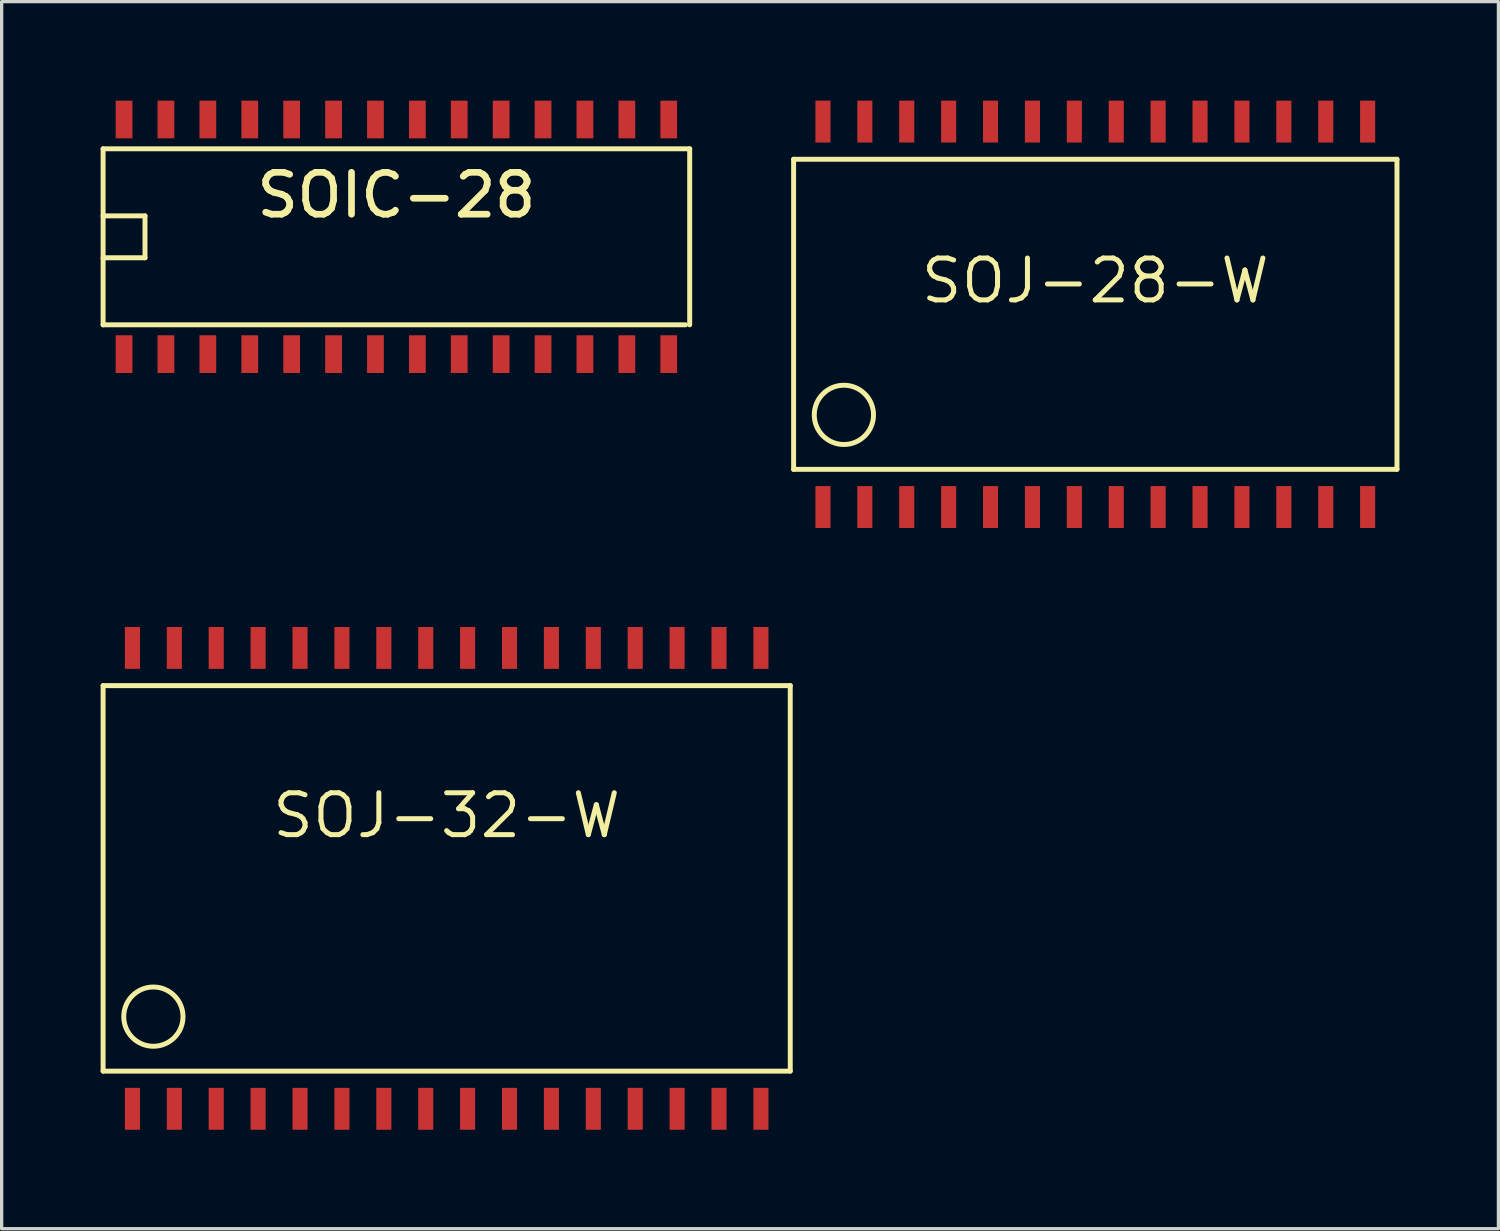
<source format=kicad_pcb>
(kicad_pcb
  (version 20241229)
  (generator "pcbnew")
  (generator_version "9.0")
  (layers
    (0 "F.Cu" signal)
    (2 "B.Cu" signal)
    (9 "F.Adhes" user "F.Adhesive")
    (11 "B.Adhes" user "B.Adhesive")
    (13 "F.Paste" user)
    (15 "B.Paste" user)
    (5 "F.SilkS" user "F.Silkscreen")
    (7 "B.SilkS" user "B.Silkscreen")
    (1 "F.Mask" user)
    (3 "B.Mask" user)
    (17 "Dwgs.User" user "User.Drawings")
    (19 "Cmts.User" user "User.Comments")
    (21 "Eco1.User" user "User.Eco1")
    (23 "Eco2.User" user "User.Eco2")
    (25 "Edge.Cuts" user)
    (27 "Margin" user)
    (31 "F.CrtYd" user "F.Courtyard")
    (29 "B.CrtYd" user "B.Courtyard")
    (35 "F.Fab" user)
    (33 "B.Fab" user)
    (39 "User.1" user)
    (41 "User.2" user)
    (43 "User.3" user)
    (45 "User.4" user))
  (footprint "SOJ-32-W"
    (layer "F.Cu")
    (at 10.489 23.574)
    (property "Reference" "SOJ-32-W" (at 0 -1.905 0) (layer "F.SilkS") (effects (font (size 1.27 1.27) (thickness 0.152))))
    (attr smd)
    (fp_line (start -10.414 -5.842) (end 10.414 -5.842) (stroke (width 0.15) (type solid)) (layer "F.SilkS"))
    (fp_line (start -10.414 5.842) (end -10.414 -5.842) (stroke (width 0.15) (type solid)) (layer "F.SilkS"))
    (fp_line (start 10.414 -5.842) (end 10.414 5.842) (stroke (width 0.15) (type solid)) (layer "F.SilkS"))
    (fp_line (start 10.414 5.842) (end -10.414 5.842) (stroke (width 0.15) (type solid)) (layer "F.SilkS"))
    (fp_circle (center -8.89 4.191) (end -9.525 3.556) (stroke (width 0.15) (type solid)) (fill no) (layer "F.SilkS"))
    (pad "1" smd rect (at -9.525 6.985) (size 0.457 1.27) (layers "F.Cu" "F.Mask" "F.Paste"))
    (pad "2" smd rect (at -8.255 6.985) (size 0.457 1.27) (layers "F.Cu" "F.Mask" "F.Paste"))
    (pad "3" smd rect (at -6.985 6.985) (size 0.457 1.27) (layers "F.Cu" "F.Mask" "F.Paste"))
    (pad "4" smd rect (at -5.715 6.985) (size 0.457 1.27) (layers "F.Cu" "F.Mask" "F.Paste"))
    (pad "5" smd rect (at -4.445 6.985) (size 0.457 1.27) (layers "F.Cu" "F.Mask" "F.Paste"))
    (pad "6" smd rect (at -3.175 6.985) (size 0.457 1.27) (layers "F.Cu" "F.Mask" "F.Paste"))
    (pad "7" smd rect (at -1.905 6.985) (size 0.457 1.27) (layers "F.Cu" "F.Mask" "F.Paste"))
    (pad "8" smd rect (at -0.635 6.985) (size 0.457 1.27) (layers "F.Cu" "F.Mask" "F.Paste"))
    (pad "9" smd rect (at 0.635 6.985) (size 0.457 1.27) (layers "F.Cu" "F.Mask" "F.Paste"))
    (pad "10" smd rect (at 1.905 6.985) (size 0.457 1.27) (layers "F.Cu" "F.Mask" "F.Paste"))
    (pad "11" smd rect (at 3.175 6.985) (size 0.457 1.27) (layers "F.Cu" "F.Mask" "F.Paste"))
    (pad "12" smd rect (at 4.445 6.985) (size 0.457 1.27) (layers "F.Cu" "F.Mask" "F.Paste"))
    (pad "13" smd rect (at 5.715 6.985) (size 0.457 1.27) (layers "F.Cu" "F.Mask" "F.Paste"))
    (pad "14" smd rect (at 6.985 6.985) (size 0.457 1.27) (layers "F.Cu" "F.Mask" "F.Paste"))
    (pad "15" smd rect (at 8.255 6.985) (size 0.457 1.27) (layers "F.Cu" "F.Mask" "F.Paste"))
    (pad "16" smd rect (at 9.525 6.985) (size 0.457 1.27) (layers "F.Cu" "F.Mask" "F.Paste"))
    (pad "17" smd rect (at 9.525 -6.985) (size 0.457 1.27) (layers "F.Cu" "F.Mask" "F.Paste"))
    (pad "18" smd rect (at 8.255 -6.985) (size 0.457 1.27) (layers "F.Cu" "F.Mask" "F.Paste"))
    (pad "19" smd rect (at 6.985 -6.985) (size 0.457 1.27) (layers "F.Cu" "F.Mask" "F.Paste"))
    (pad "20" smd rect (at 5.715 -6.985) (size 0.457 1.27) (layers "F.Cu" "F.Mask" "F.Paste"))
    (pad "21" smd rect (at 4.445 -6.985) (size 0.457 1.27) (layers "F.Cu" "F.Mask" "F.Paste"))
    (pad "22" smd rect (at 3.175 -6.985) (size 0.457 1.27) (layers "F.Cu" "F.Mask" "F.Paste"))
    (pad "23" smd rect (at 1.905 -6.985) (size 0.457 1.27) (layers "F.Cu" "F.Mask" "F.Paste"))
    (pad "24" smd rect (at 0.635 -6.985) (size 0.457 1.27) (layers "F.Cu" "F.Mask" "F.Paste"))
    (pad "25" smd rect (at -0.635 -6.985) (size 0.457 1.27) (layers "F.Cu" "F.Mask" "F.Paste"))
    (pad "26" smd rect (at -1.905 -6.985) (size 0.457 1.27) (layers "F.Cu" "F.Mask" "F.Paste"))
    (pad "27" smd rect (at -3.175 -6.985) (size 0.457 1.27) (layers "F.Cu" "F.Mask" "F.Paste"))
    (pad "28" smd rect (at -4.445 -6.985) (size 0.457 1.27) (layers "F.Cu" "F.Mask" "F.Paste"))
    (pad "29" smd rect (at -5.715 -6.985) (size 0.457 1.27) (layers "F.Cu" "F.Mask" "F.Paste"))
    (pad "30" smd rect (at -6.985 -6.985) (size 0.457 1.27) (layers "F.Cu" "F.Mask" "F.Paste"))
    (pad "31" smd rect (at -8.255 -6.985) (size 0.457 1.27) (layers "F.Cu" "F.Mask" "F.Paste"))
    (pad "32" smd rect (at -9.525 -6.985) (size 0.457 1.27) (layers "F.Cu" "F.Mask" "F.Paste")))
  (footprint "SOIC-28"
    (layer "F.Cu")
    (at 8.965 4.128)
    (property "Reference" "SOIC-28" (at 0 -1.262 0) (layer "F.SilkS") (effects (font (size 1.27 1.27) (thickness 0.203))))
    (attr smd)
    (fp_line (start -8.89 -2.667) (end -8.89 2.667) (stroke (width 0.15) (type solid)) (layer "F.SilkS"))
    (fp_line (start -8.89 -2.667) (end 8.89 -2.667) (stroke (width 0.15) (type solid)) (layer "F.SilkS"))
    (fp_line (start -8.89 -0.635) (end -7.62 -0.635) (stroke (width 0.15) (type solid)) (layer "F.SilkS"))
    (fp_line (start -7.62 -0.635) (end -7.62 0.635) (stroke (width 0.15) (type solid)) (layer "F.SilkS"))
    (fp_line (start -7.62 0.635) (end -8.89 0.635) (stroke (width 0.15) (type solid)) (layer "F.SilkS"))
    (fp_line (start 8.763 2.667) (end -8.89 2.667) (stroke (width 0.15) (type solid)) (layer "F.SilkS"))
    (fp_line (start 8.89 2.667) (end 8.89 -2.667) (stroke (width 0.15) (type solid)) (layer "F.SilkS"))
    (pad "1" smd rect (at -8.255 3.556) (size 0.508 1.143) (layers "F.Cu" "F.Mask" "F.Paste"))
    (pad "2" smd rect (at -6.985 3.556) (size 0.508 1.143) (layers "F.Cu" "F.Mask" "F.Paste"))
    (pad "3" smd rect (at -5.715 3.556) (size 0.508 1.143) (layers "F.Cu" "F.Mask" "F.Paste"))
    (pad "4" smd rect (at -4.445 3.556) (size 0.508 1.143) (layers "F.Cu" "F.Mask" "F.Paste"))
    (pad "5" smd rect (at -3.175 3.556) (size 0.508 1.143) (layers "F.Cu" "F.Mask" "F.Paste"))
    (pad "6" smd rect (at -1.905 3.556) (size 0.508 1.143) (layers "F.Cu" "F.Mask" "F.Paste"))
    (pad "7" smd rect (at -0.635 3.556) (size 0.508 1.143) (layers "F.Cu" "F.Mask" "F.Paste"))
    (pad "8" smd rect (at 0.635 3.556) (size 0.508 1.143) (layers "F.Cu" "F.Mask" "F.Paste"))
    (pad "9" smd rect (at 1.905 3.556) (size 0.508 1.143) (layers "F.Cu" "F.Mask" "F.Paste"))
    (pad "10" smd rect (at 3.175 3.556) (size 0.508 1.143) (layers "F.Cu" "F.Mask" "F.Paste"))
    (pad "11" smd rect (at 4.445 3.556) (size 0.508 1.143) (layers "F.Cu" "F.Mask" "F.Paste"))
    (pad "12" smd rect (at 5.715 3.556) (size 0.508 1.143) (layers "F.Cu" "F.Mask" "F.Paste"))
    (pad "13" smd rect (at 6.985 3.556) (size 0.508 1.143) (layers "F.Cu" "F.Mask" "F.Paste"))
    (pad "14" smd rect (at 8.255 3.556) (size 0.508 1.143) (layers "F.Cu" "F.Mask" "F.Paste"))
    (pad "15" smd rect (at 8.255 -3.556) (size 0.508 1.143) (layers "F.Cu" "F.Mask" "F.Paste"))
    (pad "16" smd rect (at 6.985 -3.556) (size 0.508 1.143) (layers "F.Cu" "F.Mask" "F.Paste"))
    (pad "17" smd rect (at 5.715 -3.556) (size 0.508 1.143) (layers "F.Cu" "F.Mask" "F.Paste"))
    (pad "18" smd rect (at 4.445 -3.556) (size 0.508 1.143) (layers "F.Cu" "F.Mask" "F.Paste"))
    (pad "19" smd rect (at 3.175 -3.556) (size 0.508 1.143) (layers "F.Cu" "F.Mask" "F.Paste"))
    (pad "20" smd rect (at 1.905 -3.556) (size 0.508 1.143) (layers "F.Cu" "F.Mask" "F.Paste"))
    (pad "21" smd rect (at 0.635 -3.556) (size 0.508 1.143) (layers "F.Cu" "F.Mask" "F.Paste"))
    (pad "22" smd rect (at -0.635 -3.556) (size 0.508 1.143) (layers "F.Cu" "F.Mask" "F.Paste"))
    (pad "23" smd rect (at -1.905 -3.556) (size 0.508 1.143) (layers "F.Cu" "F.Mask" "F.Paste"))
    (pad "24" smd rect (at -3.175 -3.556) (size 0.508 1.143) (layers "F.Cu" "F.Mask" "F.Paste"))
    (pad "25" smd rect (at -4.445 -3.556) (size 0.508 1.143) (layers "F.Cu" "F.Mask" "F.Paste"))
    (pad "26" smd rect (at -5.715 -3.556) (size 0.508 1.143) (layers "F.Cu" "F.Mask" "F.Paste"))
    (pad "27" smd rect (at -6.985 -3.556) (size 0.508 1.143) (layers "F.Cu" "F.Mask" "F.Paste"))
    (pad "28" smd rect (at -8.255 -3.556) (size 0.508 1.143) (layers "F.Cu" "F.Mask" "F.Paste")))
  (footprint "SOJ-28-W"
    (layer "F.Cu")
    (at 30.149 6.477)
    (property "Reference" "SOJ-28-W" (at 0 -1.016 0) (layer "F.SilkS") (effects (font (size 1.27 1.27) (thickness 0.152))))
    (attr smd)
    (fp_line (start -9.144 -4.699) (end -9.144 4.699) (stroke (width 0.15) (type solid)) (layer "F.SilkS"))
    (fp_line (start -9.144 -4.699) (end 9.144 -4.699) (stroke (width 0.15) (type solid)) (layer "F.SilkS"))
    (fp_line (start 9.144 4.699) (end -9.144 4.699) (stroke (width 0.15) (type solid)) (layer "F.SilkS"))
    (fp_line (start 9.144 4.699) (end 9.144 -4.699) (stroke (width 0.15) (type solid)) (layer "F.SilkS"))
    (fp_circle (center -7.62 3.048) (end -8.255 2.413) (stroke (width 0.15) (type solid)) (fill no) (layer "F.SilkS"))
    (pad "1" smd rect (at -8.255 5.842) (size 0.457 1.27) (layers "F.Cu" "F.Mask" "F.Paste"))
    (pad "2" smd rect (at -6.985 5.842) (size 0.457 1.27) (layers "F.Cu" "F.Mask" "F.Paste"))
    (pad "3" smd rect (at -5.715 5.842) (size 0.457 1.27) (layers "F.Cu" "F.Mask" "F.Paste"))
    (pad "4" smd rect (at -4.445 5.842) (size 0.457 1.27) (layers "F.Cu" "F.Mask" "F.Paste"))
    (pad "5" smd rect (at -3.175 5.842) (size 0.457 1.27) (layers "F.Cu" "F.Mask" "F.Paste"))
    (pad "6" smd rect (at -1.905 5.842) (size 0.457 1.27) (layers "F.Cu" "F.Mask" "F.Paste"))
    (pad "7" smd rect (at -0.635 5.842) (size 0.457 1.27) (layers "F.Cu" "F.Mask" "F.Paste"))
    (pad "8" smd rect (at 0.635 5.842) (size 0.457 1.27) (layers "F.Cu" "F.Mask" "F.Paste"))
    (pad "9" smd rect (at 1.905 5.842) (size 0.457 1.27) (layers "F.Cu" "F.Mask" "F.Paste"))
    (pad "10" smd rect (at 3.175 5.842) (size 0.457 1.27) (layers "F.Cu" "F.Mask" "F.Paste"))
    (pad "11" smd rect (at 4.445 5.842) (size 0.457 1.27) (layers "F.Cu" "F.Mask" "F.Paste"))
    (pad "12" smd rect (at 5.715 5.842) (size 0.457 1.27) (layers "F.Cu" "F.Mask" "F.Paste"))
    (pad "13" smd rect (at 6.985 5.842) (size 0.457 1.27) (layers "F.Cu" "F.Mask" "F.Paste"))
    (pad "14" smd rect (at 8.255 5.842) (size 0.457 1.27) (layers "F.Cu" "F.Mask" "F.Paste"))
    (pad "15" smd rect (at 8.255 -5.842) (size 0.457 1.27) (layers "F.Cu" "F.Mask" "F.Paste"))
    (pad "16" smd rect (at 6.985 -5.842) (size 0.457 1.27) (layers "F.Cu" "F.Mask" "F.Paste"))
    (pad "17" smd rect (at 5.715 -5.842) (size 0.457 1.27) (layers "F.Cu" "F.Mask" "F.Paste"))
    (pad "18" smd rect (at 4.445 -5.842) (size 0.457 1.27) (layers "F.Cu" "F.Mask" "F.Paste"))
    (pad "19" smd rect (at 3.175 -5.842) (size 0.457 1.27) (layers "F.Cu" "F.Mask" "F.Paste"))
    (pad "20" smd rect (at 1.905 -5.842) (size 0.457 1.27) (layers "F.Cu" "F.Mask" "F.Paste"))
    (pad "21" smd rect (at 0.635 -5.842) (size 0.457 1.27) (layers "F.Cu" "F.Mask" "F.Paste"))
    (pad "22" smd rect (at -0.635 -5.842) (size 0.457 1.27) (layers "F.Cu" "F.Mask" "F.Paste"))
    (pad "23" smd rect (at -1.905 -5.842) (size 0.457 1.27) (layers "F.Cu" "F.Mask" "F.Paste"))
    (pad "24" smd rect (at -3.175 -5.842) (size 0.457 1.27) (layers "F.Cu" "F.Mask" "F.Paste"))
    (pad "25" smd rect (at -4.445 -5.842) (size 0.457 1.27) (layers "F.Cu" "F.Mask" "F.Paste"))
    (pad "26" smd rect (at -5.715 -5.842) (size 0.457 1.27) (layers "F.Cu" "F.Mask" "F.Paste"))
    (pad "27" smd rect (at -6.985 -5.842) (size 0.457 1.27) (layers "F.Cu" "F.Mask" "F.Paste"))
    (pad "28" smd rect (at -8.255 -5.842) (size 0.457 1.27) (layers "F.Cu" "F.Mask" "F.Paste")))
  (gr_rect
    (start -3 -3)
    (end 42.368 34.194)
    (stroke (width 0.1) (type default))
    (fill no)
    (layer "Edge.Cuts")))
</source>
